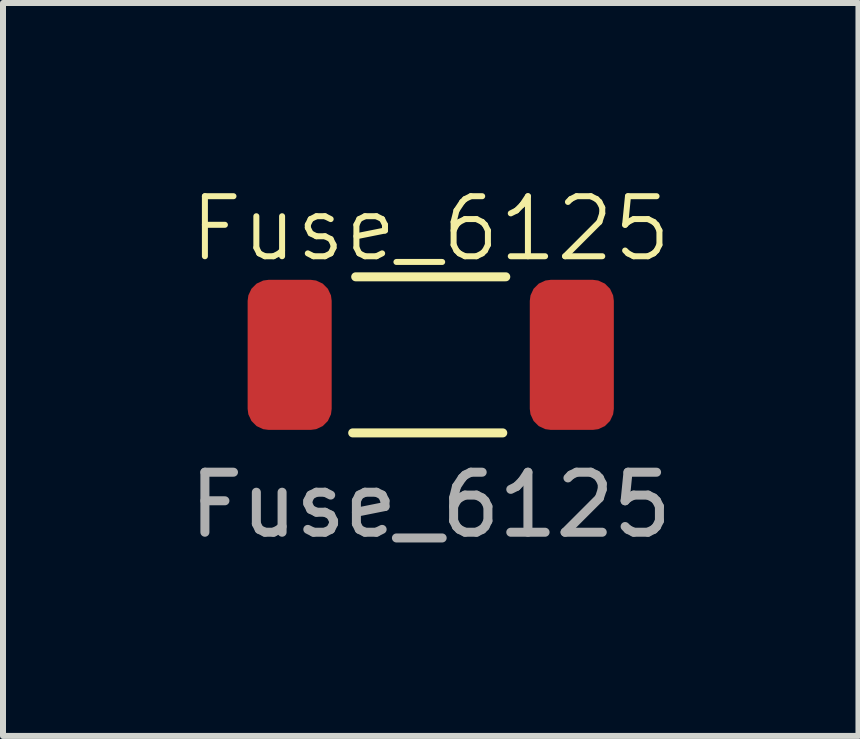
<source format=kicad_pcb>
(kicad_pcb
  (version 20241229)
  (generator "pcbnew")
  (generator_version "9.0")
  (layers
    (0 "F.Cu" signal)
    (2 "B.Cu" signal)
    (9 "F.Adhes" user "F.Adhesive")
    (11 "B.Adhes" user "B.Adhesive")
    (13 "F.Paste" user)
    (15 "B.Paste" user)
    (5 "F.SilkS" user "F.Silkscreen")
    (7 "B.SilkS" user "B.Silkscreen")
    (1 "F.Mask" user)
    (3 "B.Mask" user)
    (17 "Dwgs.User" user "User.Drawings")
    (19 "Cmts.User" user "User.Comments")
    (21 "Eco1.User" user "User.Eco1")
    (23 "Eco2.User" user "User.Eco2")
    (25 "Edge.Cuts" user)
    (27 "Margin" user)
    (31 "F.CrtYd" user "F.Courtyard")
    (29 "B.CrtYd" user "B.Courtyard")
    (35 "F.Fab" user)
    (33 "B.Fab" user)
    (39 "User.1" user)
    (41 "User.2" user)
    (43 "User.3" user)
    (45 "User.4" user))
  (footprint "Fuse_6125"
    (layer "F.Cu")
    (at 4.125 2.861)
    (property "Reference" "Fuse_6125" (at 0 -2.1 0) (unlocked yes) (layer "F.SilkS") (effects (font (size 1 1) (thickness 0.1))))
    (attr smd)
    (fp_line (start -1.3 1.3) (end 1.2 1.3) (stroke (width 0.15) (type default)) (layer "F.SilkS"))
    (fp_line (start -1.25 -1.3) (end 1.25 -1.3) (stroke (width 0.15) (type default)) (layer "F.SilkS"))
    (fp_text user "${REFERENCE}" (at 0 2.5 0) (unlocked yes) (layer "F.Fab") (effects (font (size 1 1) (thickness 0.15))))
    (pad "1" smd roundrect (at -2.35 0) (size 1.4 2.5) (layers "F.Cu" "F.Mask" "F.Paste") (roundrect_rratio 0.25))
    (pad "2" smd roundrect (at 2.35 0) (size 1.4 2.5) (layers "F.Cu" "F.Mask" "F.Paste") (roundrect_rratio 0.25)))
  (gr_rect
    (start -3 -3)
    (end 11.25 9.209)
    (stroke (width 0.1) (type default))
    (fill no)
    (layer "Edge.Cuts")))
</source>
